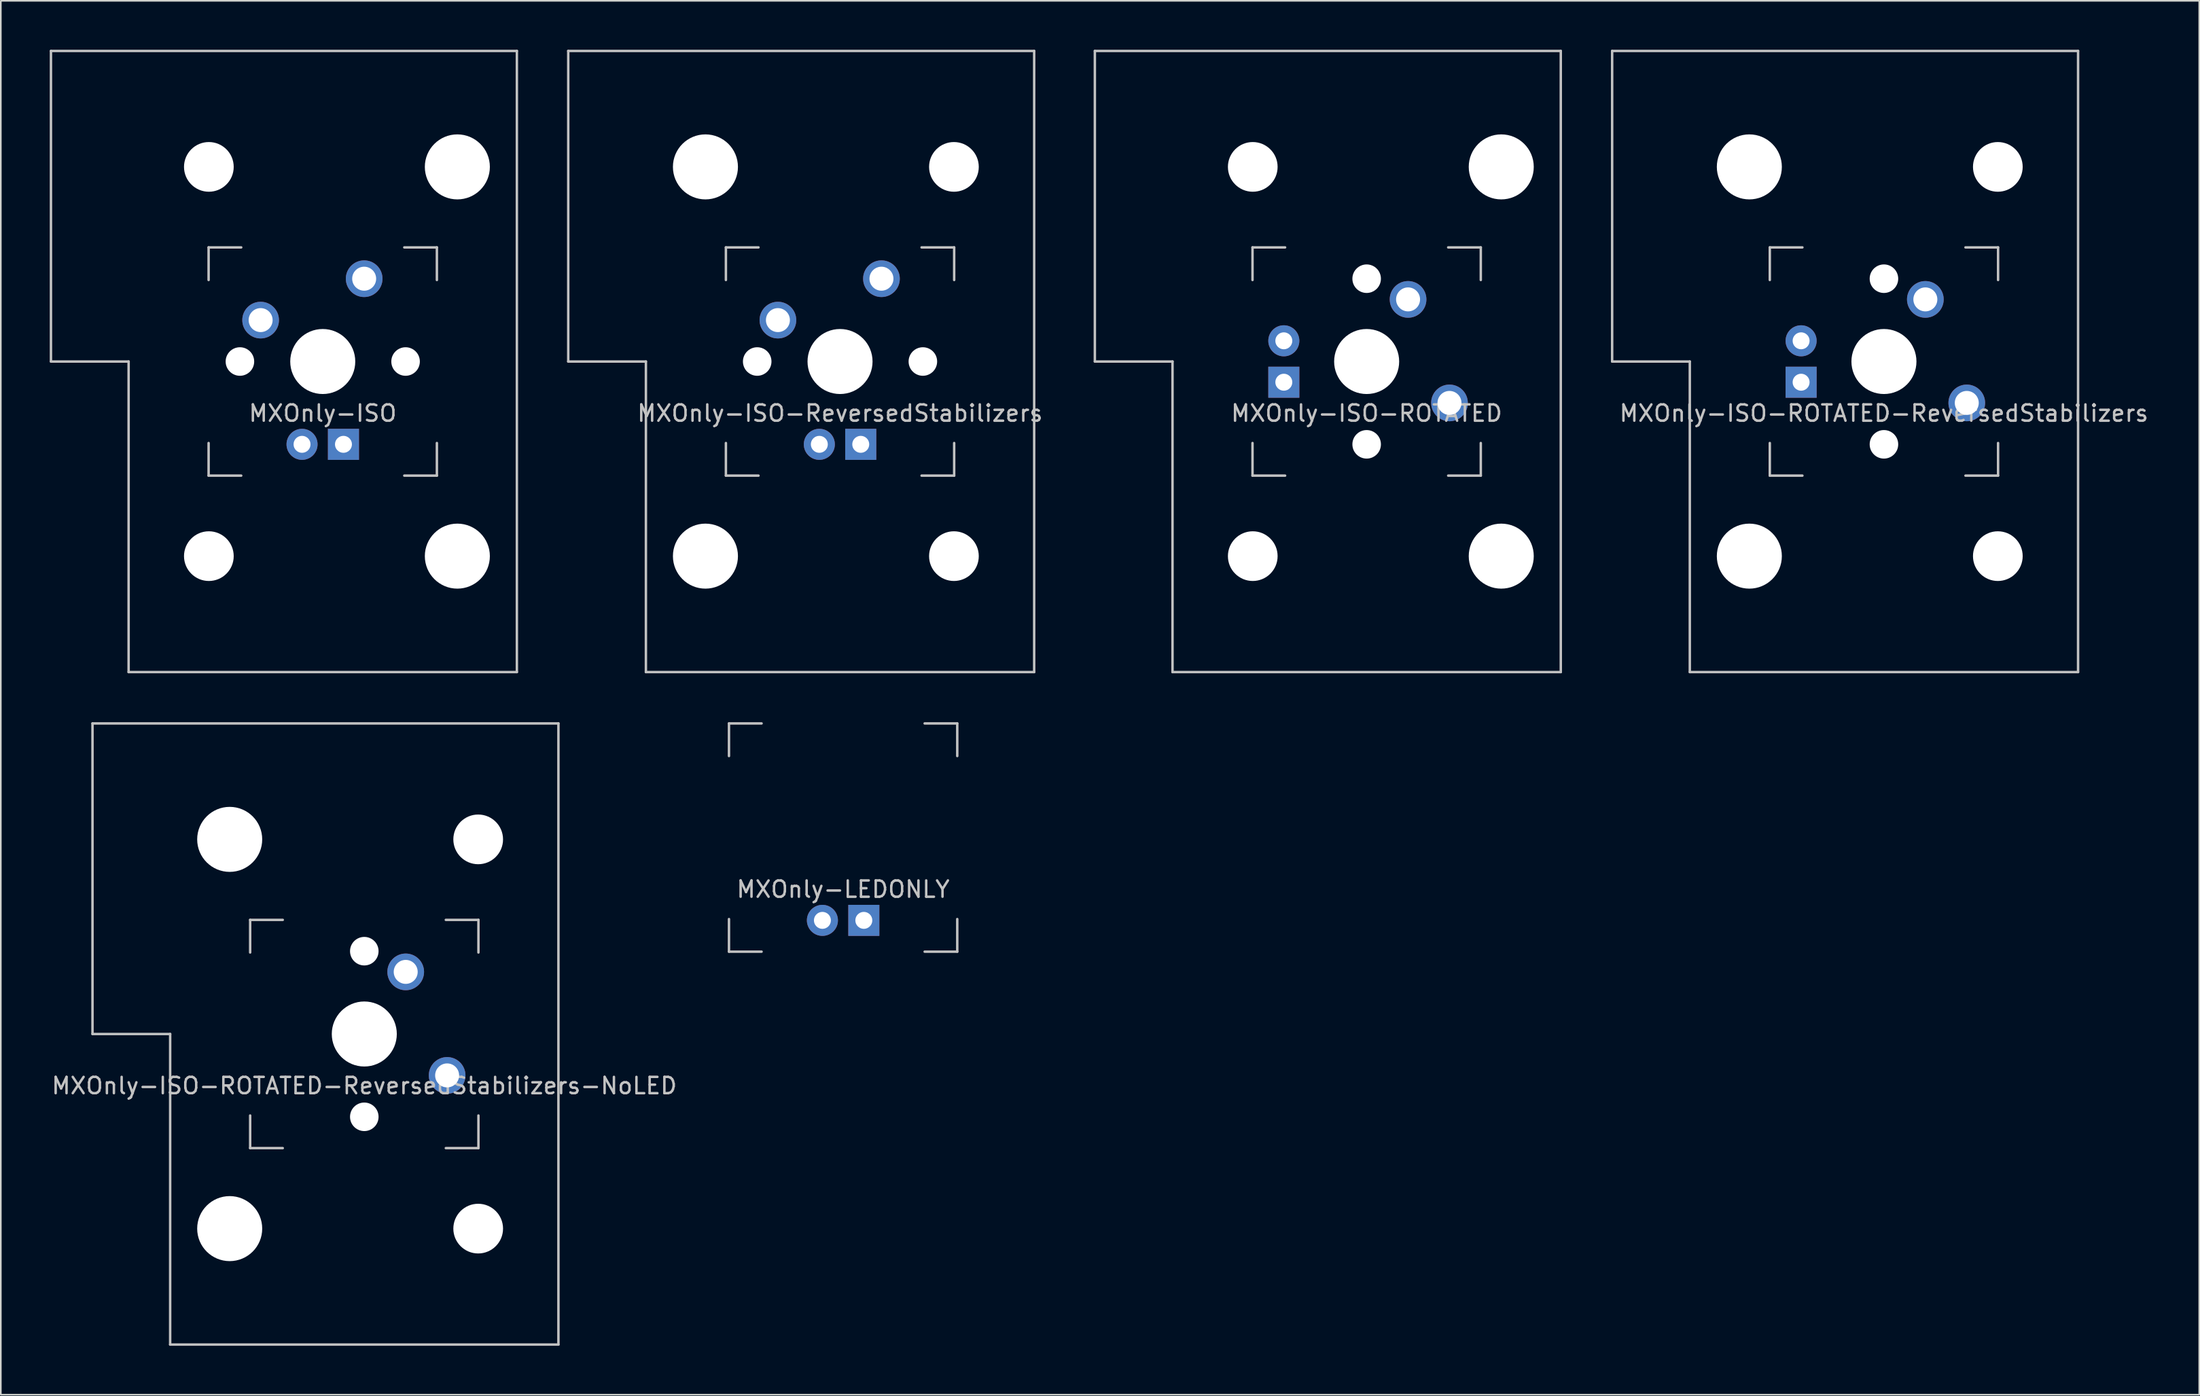
<source format=kicad_pcb>
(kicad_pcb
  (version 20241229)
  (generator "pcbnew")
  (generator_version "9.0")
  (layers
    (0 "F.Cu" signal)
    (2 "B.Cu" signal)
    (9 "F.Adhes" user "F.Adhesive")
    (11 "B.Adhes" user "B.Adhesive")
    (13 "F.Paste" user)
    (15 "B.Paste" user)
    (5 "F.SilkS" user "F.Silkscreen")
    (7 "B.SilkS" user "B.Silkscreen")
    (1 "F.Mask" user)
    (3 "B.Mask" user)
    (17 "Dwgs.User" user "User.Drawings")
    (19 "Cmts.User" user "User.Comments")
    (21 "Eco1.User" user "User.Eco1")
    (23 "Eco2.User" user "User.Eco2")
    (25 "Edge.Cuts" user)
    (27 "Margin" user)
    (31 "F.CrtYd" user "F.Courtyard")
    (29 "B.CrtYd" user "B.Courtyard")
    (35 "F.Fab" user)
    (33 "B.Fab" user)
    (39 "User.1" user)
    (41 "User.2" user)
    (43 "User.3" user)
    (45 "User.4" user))
  (footprint "MXOnly-LEDONLY"
    (layer "F.Cu")
    (at 48.658 48.325)
    (property "Reference" "MXOnly-LEDONLY" (at 0 3.175 0) (layer "Dwgs.User") (effects (font (size 1 1) (thickness 0.15))))
    (attr through_hole)
    (fp_line (start -7 -7) (end -7 -5) (stroke (width 0.15) (type solid)) (layer "Dwgs.User"))
    (fp_line (start -7 5) (end -7 7) (stroke (width 0.15) (type solid)) (layer "Dwgs.User"))
    (fp_line (start -7 7) (end -5 7) (stroke (width 0.15) (type solid)) (layer "Dwgs.User"))
    (fp_line (start -5 -7) (end -7 -7) (stroke (width 0.15) (type solid)) (layer "Dwgs.User"))
    (fp_line (start 5 -7) (end 7 -7) (stroke (width 0.15) (type solid)) (layer "Dwgs.User"))
    (fp_line (start 5 7) (end 7 7) (stroke (width 0.15) (type solid)) (layer "Dwgs.User"))
    (fp_line (start 7 -7) (end 7 -5) (stroke (width 0.15) (type solid)) (layer "Dwgs.User"))
    (fp_line (start 7 7) (end 7 5) (stroke (width 0.15) (type solid)) (layer "Dwgs.User"))
    (pad "1" thru_hole circle (at -1.27 5.08) (size 1.905 1.905) (drill 1.04) (layers "*.Cu" "*.Mask"))
    (pad "2" thru_hole rect (at 1.27 5.08) (size 1.905 1.905) (drill 1.04) (layers "*.Cu" "*.Mask")))
  (footprint "MXOnly-ISO-ROTATED-ReversedStabilizers-NoLED"
    (layer "F.Cu")
    (at 19.292 60.375)
    (property "Reference" "MXOnly-ISO-ROTATED-ReversedStabilizers-NoLED" (at 0 3.175 0) (layer "Dwgs.User") (effects (font (size 1 1) (thickness 0.15))))
    (attr through_hole)
    (fp_line (start -16.669 -19.05) (end -16.669 0) (stroke (width 0.15) (type solid)) (layer "Dwgs.User"))
    (fp_line (start -16.669 -19.05) (end 11.906 -19.05) (stroke (width 0.15) (type solid)) (layer "Dwgs.User"))
    (fp_line (start -11.906 0) (end -16.669 0) (stroke (width 0.15) (type solid)) (layer "Dwgs.User"))
    (fp_line (start -11.906 19.05) (end -11.906 0) (stroke (width 0.15) (type solid)) (layer "Dwgs.User"))
    (fp_line (start -11.906 19.05) (end 11.906 19.05) (stroke (width 0.15) (type solid)) (layer "Dwgs.User"))
    (fp_line (start -7 -7) (end -7 -5) (stroke (width 0.15) (type solid)) (layer "Dwgs.User"))
    (fp_line (start -7 5) (end -7 7) (stroke (width 0.15) (type solid)) (layer "Dwgs.User"))
    (fp_line (start -7 7) (end -5 7) (stroke (width 0.15) (type solid)) (layer "Dwgs.User"))
    (fp_line (start -5 -7) (end -7 -7) (stroke (width 0.15) (type solid)) (layer "Dwgs.User"))
    (fp_line (start 5 -7) (end 7 -7) (stroke (width 0.15) (type solid)) (layer "Dwgs.User"))
    (fp_line (start 5 7) (end 7 7) (stroke (width 0.15) (type solid)) (layer "Dwgs.User"))
    (fp_line (start 7 -7) (end 7 -5) (stroke (width 0.15) (type solid)) (layer "Dwgs.User"))
    (fp_line (start 7 7) (end 7 5) (stroke (width 0.15) (type solid)) (layer "Dwgs.User"))
    (fp_line (start 11.906 -19.05) (end 11.906 19.05) (stroke (width 0.15) (type solid)) (layer "Dwgs.User"))
    (pad "" np_thru_hole circle (at -8.255 -11.938) (size 3.988 3.988) (drill 3.988) (layers "*.Cu" "*.Mask"))
    (pad "" np_thru_hole circle (at -8.255 11.938) (size 3.988 3.988) (drill 3.988) (layers "*.Cu" "*.Mask"))
    (pad "" np_thru_hole circle (at 0 -5.08 48.1) (size 1.75 1.75) (drill 1.75) (layers "*.Cu" "*.Mask"))
    (pad "" np_thru_hole circle (at 0 0) (size 3.988 3.988) (drill 3.988) (layers "*.Cu" "*.Mask"))
    (pad "" np_thru_hole circle (at 0 5.08 48.1) (size 1.75 1.75) (drill 1.75) (layers "*.Cu" "*.Mask"))
    (pad "" np_thru_hole circle (at 6.985 -11.938) (size 3.048 3.048) (drill 3.048) (layers "*.Cu" "*.Mask"))
    (pad "" np_thru_hole circle (at 6.985 11.938) (size 3.048 3.048) (drill 3.048) (layers "*.Cu" "*.Mask"))
    (pad "1" thru_hole circle (at 2.54 -3.81) (size 2.25 2.25) (drill 1.47) (layers "*.Cu" "B.Mask"))
    (pad "2" thru_hole circle (at 5.08 2.54) (size 2.25 2.25) (drill 1.47) (layers "*.Cu" "B.Mask")))
  (footprint "MXOnly-ISO-ROTATED-ReversedStabilizers"
    (layer "F.Cu")
    (at 112.491 19.125)
    (property "Reference" "MXOnly-ISO-ROTATED-ReversedStabilizers" (at 0 3.175 0) (layer "Dwgs.User") (effects (font (size 1 1) (thickness 0.15))))
    (attr through_hole)
    (fp_line (start -16.669 -19.05) (end -16.669 0) (stroke (width 0.15) (type solid)) (layer "Dwgs.User"))
    (fp_line (start -16.669 -19.05) (end 11.906 -19.05) (stroke (width 0.15) (type solid)) (layer "Dwgs.User"))
    (fp_line (start -11.906 0) (end -16.669 0) (stroke (width 0.15) (type solid)) (layer "Dwgs.User"))
    (fp_line (start -11.906 19.05) (end -11.906 0) (stroke (width 0.15) (type solid)) (layer "Dwgs.User"))
    (fp_line (start -11.906 19.05) (end 11.906 19.05) (stroke (width 0.15) (type solid)) (layer "Dwgs.User"))
    (fp_line (start -7 -7) (end -7 -5) (stroke (width 0.15) (type solid)) (layer "Dwgs.User"))
    (fp_line (start -7 5) (end -7 7) (stroke (width 0.15) (type solid)) (layer "Dwgs.User"))
    (fp_line (start -7 7) (end -5 7) (stroke (width 0.15) (type solid)) (layer "Dwgs.User"))
    (fp_line (start -5 -7) (end -7 -7) (stroke (width 0.15) (type solid)) (layer "Dwgs.User"))
    (fp_line (start 5 -7) (end 7 -7) (stroke (width 0.15) (type solid)) (layer "Dwgs.User"))
    (fp_line (start 5 7) (end 7 7) (stroke (width 0.15) (type solid)) (layer "Dwgs.User"))
    (fp_line (start 7 -7) (end 7 -5) (stroke (width 0.15) (type solid)) (layer "Dwgs.User"))
    (fp_line (start 7 7) (end 7 5) (stroke (width 0.15) (type solid)) (layer "Dwgs.User"))
    (fp_line (start 11.906 -19.05) (end 11.906 19.05) (stroke (width 0.15) (type solid)) (layer "Dwgs.User"))
    (pad "" np_thru_hole circle (at -8.255 -11.938) (size 3.988 3.988) (drill 3.988) (layers "*.Cu" "*.Mask"))
    (pad "" np_thru_hole circle (at -8.255 11.938) (size 3.988 3.988) (drill 3.988) (layers "*.Cu" "*.Mask"))
    (pad "" np_thru_hole circle (at 0 -5.08 48.1) (size 1.75 1.75) (drill 1.75) (layers "*.Cu" "*.Mask"))
    (pad "" np_thru_hole circle (at 0 0) (size 3.988 3.988) (drill 3.988) (layers "*.Cu" "*.Mask"))
    (pad "" np_thru_hole circle (at 0 5.08 48.1) (size 1.75 1.75) (drill 1.75) (layers "*.Cu" "*.Mask"))
    (pad "" np_thru_hole circle (at 6.985 -11.938) (size 3.048 3.048) (drill 3.048) (layers "*.Cu" "*.Mask"))
    (pad "" np_thru_hole circle (at 6.985 11.938) (size 3.048 3.048) (drill 3.048) (layers "*.Cu" "*.Mask"))
    (pad "1" thru_hole circle (at 2.54 -3.81) (size 2.25 2.25) (drill 1.47) (layers "*.Cu" "B.Mask"))
    (pad "2" thru_hole circle (at 5.08 2.54) (size 2.25 2.25) (drill 1.47) (layers "*.Cu" "B.Mask"))
    (pad "3" thru_hole circle (at -5.08 -1.27) (size 1.905 1.905) (drill 1.04) (layers "*.Cu" "B.Mask"))
    (pad "4" thru_hole rect (at -5.08 1.27) (size 1.905 1.905) (drill 1.04) (layers "*.Cu" "B.Mask")))
  (footprint "MXOnly-ISO-ReversedStabilizers"
    (layer "F.Cu")
    (at 48.469 19.125)
    (property "Reference" "MXOnly-ISO-ReversedStabilizers" (at 0 3.175 0) (layer "Dwgs.User") (effects (font (size 1 1) (thickness 0.15))))
    (attr through_hole)
    (fp_line (start -16.669 -19.05) (end -16.669 0) (stroke (width 0.15) (type solid)) (layer "Dwgs.User"))
    (fp_line (start -16.669 -19.05) (end 11.906 -19.05) (stroke (width 0.15) (type solid)) (layer "Dwgs.User"))
    (fp_line (start -11.906 0) (end -16.669 0) (stroke (width 0.15) (type solid)) (layer "Dwgs.User"))
    (fp_line (start -11.906 19.05) (end -11.906 0) (stroke (width 0.15) (type solid)) (layer "Dwgs.User"))
    (fp_line (start -11.906 19.05) (end 11.906 19.05) (stroke (width 0.15) (type solid)) (layer "Dwgs.User"))
    (fp_line (start -7 -7) (end -7 -5) (stroke (width 0.15) (type solid)) (layer "Dwgs.User"))
    (fp_line (start -7 5) (end -7 7) (stroke (width 0.15) (type solid)) (layer "Dwgs.User"))
    (fp_line (start -7 7) (end -5 7) (stroke (width 0.15) (type solid)) (layer "Dwgs.User"))
    (fp_line (start -5 -7) (end -7 -7) (stroke (width 0.15) (type solid)) (layer "Dwgs.User"))
    (fp_line (start 5 -7) (end 7 -7) (stroke (width 0.15) (type solid)) (layer "Dwgs.User"))
    (fp_line (start 5 7) (end 7 7) (stroke (width 0.15) (type solid)) (layer "Dwgs.User"))
    (fp_line (start 7 -7) (end 7 -5) (stroke (width 0.15) (type solid)) (layer "Dwgs.User"))
    (fp_line (start 7 7) (end 7 5) (stroke (width 0.15) (type solid)) (layer "Dwgs.User"))
    (fp_line (start 11.906 -19.05) (end 11.906 19.05) (stroke (width 0.15) (type solid)) (layer "Dwgs.User"))
    (pad "" np_thru_hole circle (at -8.255 -11.938) (size 3.988 3.988) (drill 3.988) (layers "*.Cu" "*.Mask"))
    (pad "" np_thru_hole circle (at -8.255 11.938) (size 3.988 3.988) (drill 3.988) (layers "*.Cu" "*.Mask"))
    (pad "" np_thru_hole circle (at -5.08 0 48.1) (size 1.75 1.75) (drill 1.75) (layers "*.Cu" "*.Mask"))
    (pad "" np_thru_hole circle (at 0 0) (size 3.988 3.988) (drill 3.988) (layers "*.Cu" "*.Mask"))
    (pad "" np_thru_hole circle (at 5.08 0 48.1) (size 1.75 1.75) (drill 1.75) (layers "*.Cu" "*.Mask"))
    (pad "" np_thru_hole circle (at 6.985 -11.938) (size 3.048 3.048) (drill 3.048) (layers "*.Cu" "*.Mask"))
    (pad "" np_thru_hole circle (at 6.985 11.938) (size 3.048 3.048) (drill 3.048) (layers "*.Cu" "*.Mask"))
    (pad "1" thru_hole circle (at -3.81 -2.54) (size 2.25 2.25) (drill 1.47) (layers "*.Cu" "B.Mask"))
    (pad "2" thru_hole circle (at 2.54 -5.08) (size 2.25 2.25) (drill 1.47) (layers "*.Cu" "B.Mask"))
    (pad "3" thru_hole circle (at -1.27 5.08) (size 1.905 1.905) (drill 1.04) (layers "*.Cu" "B.Mask"))
    (pad "4" thru_hole rect (at 1.27 5.08) (size 1.905 1.905) (drill 1.04) (layers "*.Cu" "B.Mask")))
  (footprint "MXOnly-ISO"
    (layer "F.Cu")
    (at 16.744 19.125)
    (property "Reference" "MXOnly-ISO" (at 0 3.175 0) (layer "Dwgs.User") (effects (font (size 1 1) (thickness 0.15))))
    (attr through_hole)
    (fp_line (start -16.669 -19.05) (end -16.669 0) (stroke (width 0.15) (type solid)) (layer "Dwgs.User"))
    (fp_line (start -16.669 -19.05) (end 11.906 -19.05) (stroke (width 0.15) (type solid)) (layer "Dwgs.User"))
    (fp_line (start -11.906 0) (end -16.669 0) (stroke (width 0.15) (type solid)) (layer "Dwgs.User"))
    (fp_line (start -11.906 19.05) (end -11.906 0) (stroke (width 0.15) (type solid)) (layer "Dwgs.User"))
    (fp_line (start -11.906 19.05) (end 11.906 19.05) (stroke (width 0.15) (type solid)) (layer "Dwgs.User"))
    (fp_line (start -7 -7) (end -7 -5) (stroke (width 0.15) (type solid)) (layer "Dwgs.User"))
    (fp_line (start -7 5) (end -7 7) (stroke (width 0.15) (type solid)) (layer "Dwgs.User"))
    (fp_line (start -7 7) (end -5 7) (stroke (width 0.15) (type solid)) (layer "Dwgs.User"))
    (fp_line (start -5 -7) (end -7 -7) (stroke (width 0.15) (type solid)) (layer "Dwgs.User"))
    (fp_line (start 5 -7) (end 7 -7) (stroke (width 0.15) (type solid)) (layer "Dwgs.User"))
    (fp_line (start 5 7) (end 7 7) (stroke (width 0.15) (type solid)) (layer "Dwgs.User"))
    (fp_line (start 7 -7) (end 7 -5) (stroke (width 0.15) (type solid)) (layer "Dwgs.User"))
    (fp_line (start 7 7) (end 7 5) (stroke (width 0.15) (type solid)) (layer "Dwgs.User"))
    (fp_line (start 11.906 -19.05) (end 11.906 19.05) (stroke (width 0.15) (type solid)) (layer "Dwgs.User"))
    (pad "" np_thru_hole circle (at -6.985 -11.938) (size 3.048 3.048) (drill 3.048) (layers "*.Cu" "*.Mask"))
    (pad "" np_thru_hole circle (at -6.985 11.938) (size 3.048 3.048) (drill 3.048) (layers "*.Cu" "*.Mask"))
    (pad "" np_thru_hole circle (at -5.08 0 48.1) (size 1.75 1.75) (drill 1.75) (layers "*.Cu" "*.Mask"))
    (pad "" np_thru_hole circle (at 0 0) (size 3.988 3.988) (drill 3.988) (layers "*.Cu" "*.Mask"))
    (pad "" np_thru_hole circle (at 5.08 0 48.1) (size 1.75 1.75) (drill 1.75) (layers "*.Cu" "*.Mask"))
    (pad "" np_thru_hole circle (at 8.255 -11.938) (size 3.988 3.988) (drill 3.988) (layers "*.Cu" "*.Mask"))
    (pad "" np_thru_hole circle (at 8.255 11.938) (size 3.988 3.988) (drill 3.988) (layers "*.Cu" "*.Mask"))
    (pad "1" thru_hole circle (at -3.81 -2.54) (size 2.25 2.25) (drill 1.47) (layers "*.Cu" "B.Mask"))
    (pad "2" thru_hole circle (at 2.54 -5.08) (size 2.25 2.25) (drill 1.47) (layers "*.Cu" "B.Mask"))
    (pad "3" thru_hole circle (at -1.27 5.08) (size 1.905 1.905) (drill 1.04) (layers "*.Cu" "B.Mask"))
    (pad "4" thru_hole rect (at 1.27 5.08) (size 1.905 1.905) (drill 1.04) (layers "*.Cu" "B.Mask")))
  (footprint "MXOnly-ISO-ROTATED"
    (layer "F.Cu")
    (at 80.766 19.125)
    (property "Reference" "MXOnly-ISO-ROTATED" (at 0 3.175 0) (layer "Dwgs.User") (effects (font (size 1 1) (thickness 0.15))))
    (attr through_hole)
    (fp_line (start -16.669 -19.05) (end -16.669 0) (stroke (width 0.15) (type solid)) (layer "Dwgs.User"))
    (fp_line (start -16.669 -19.05) (end 11.906 -19.05) (stroke (width 0.15) (type solid)) (layer "Dwgs.User"))
    (fp_line (start -11.906 0) (end -16.669 0) (stroke (width 0.15) (type solid)) (layer "Dwgs.User"))
    (fp_line (start -11.906 19.05) (end -11.906 0) (stroke (width 0.15) (type solid)) (layer "Dwgs.User"))
    (fp_line (start -11.906 19.05) (end 11.906 19.05) (stroke (width 0.15) (type solid)) (layer "Dwgs.User"))
    (fp_line (start -7 -7) (end -7 -5) (stroke (width 0.15) (type solid)) (layer "Dwgs.User"))
    (fp_line (start -7 5) (end -7 7) (stroke (width 0.15) (type solid)) (layer "Dwgs.User"))
    (fp_line (start -7 7) (end -5 7) (stroke (width 0.15) (type solid)) (layer "Dwgs.User"))
    (fp_line (start -5 -7) (end -7 -7) (stroke (width 0.15) (type solid)) (layer "Dwgs.User"))
    (fp_line (start 5 -7) (end 7 -7) (stroke (width 0.15) (type solid)) (layer "Dwgs.User"))
    (fp_line (start 5 7) (end 7 7) (stroke (width 0.15) (type solid)) (layer "Dwgs.User"))
    (fp_line (start 7 -7) (end 7 -5) (stroke (width 0.15) (type solid)) (layer "Dwgs.User"))
    (fp_line (start 7 7) (end 7 5) (stroke (width 0.15) (type solid)) (layer "Dwgs.User"))
    (fp_line (start 11.906 -19.05) (end 11.906 19.05) (stroke (width 0.15) (type solid)) (layer "Dwgs.User"))
    (pad "" np_thru_hole circle (at -6.985 -11.938) (size 3.048 3.048) (drill 3.048) (layers "*.Cu" "*.Mask"))
    (pad "" np_thru_hole circle (at -6.985 11.938) (size 3.048 3.048) (drill 3.048) (layers "*.Cu" "*.Mask"))
    (pad "" np_thru_hole circle (at 0 -5.08 48.1) (size 1.75 1.75) (drill 1.75) (layers "*.Cu" "*.Mask"))
    (pad "" np_thru_hole circle (at 0 0) (size 3.988 3.988) (drill 3.988) (layers "*.Cu" "*.Mask"))
    (pad "" np_thru_hole circle (at 0 5.08 48.1) (size 1.75 1.75) (drill 1.75) (layers "*.Cu" "*.Mask"))
    (pad "" np_thru_hole circle (at 8.255 -11.938) (size 3.988 3.988) (drill 3.988) (layers "*.Cu" "*.Mask"))
    (pad "" np_thru_hole circle (at 8.255 11.938) (size 3.988 3.988) (drill 3.988) (layers "*.Cu" "*.Mask"))
    (pad "1" thru_hole circle (at 2.54 -3.81) (size 2.25 2.25) (drill 1.47) (layers "*.Cu" "B.Mask"))
    (pad "2" thru_hole circle (at 5.08 2.54) (size 2.25 2.25) (drill 1.47) (layers "*.Cu" "B.Mask"))
    (pad "3" thru_hole circle (at -5.08 -1.27) (size 1.905 1.905) (drill 1.04) (layers "*.Cu" "B.Mask"))
    (pad "4" thru_hole rect (at -5.08 1.27) (size 1.905 1.905) (drill 1.04) (layers "*.Cu" "B.Mask")))
  (gr_rect
    (start -3 -3)
    (end 131.83 82.5)
    (stroke (width 0.1) (type default))
    (fill no)
    (layer "Edge.Cuts")))
</source>
